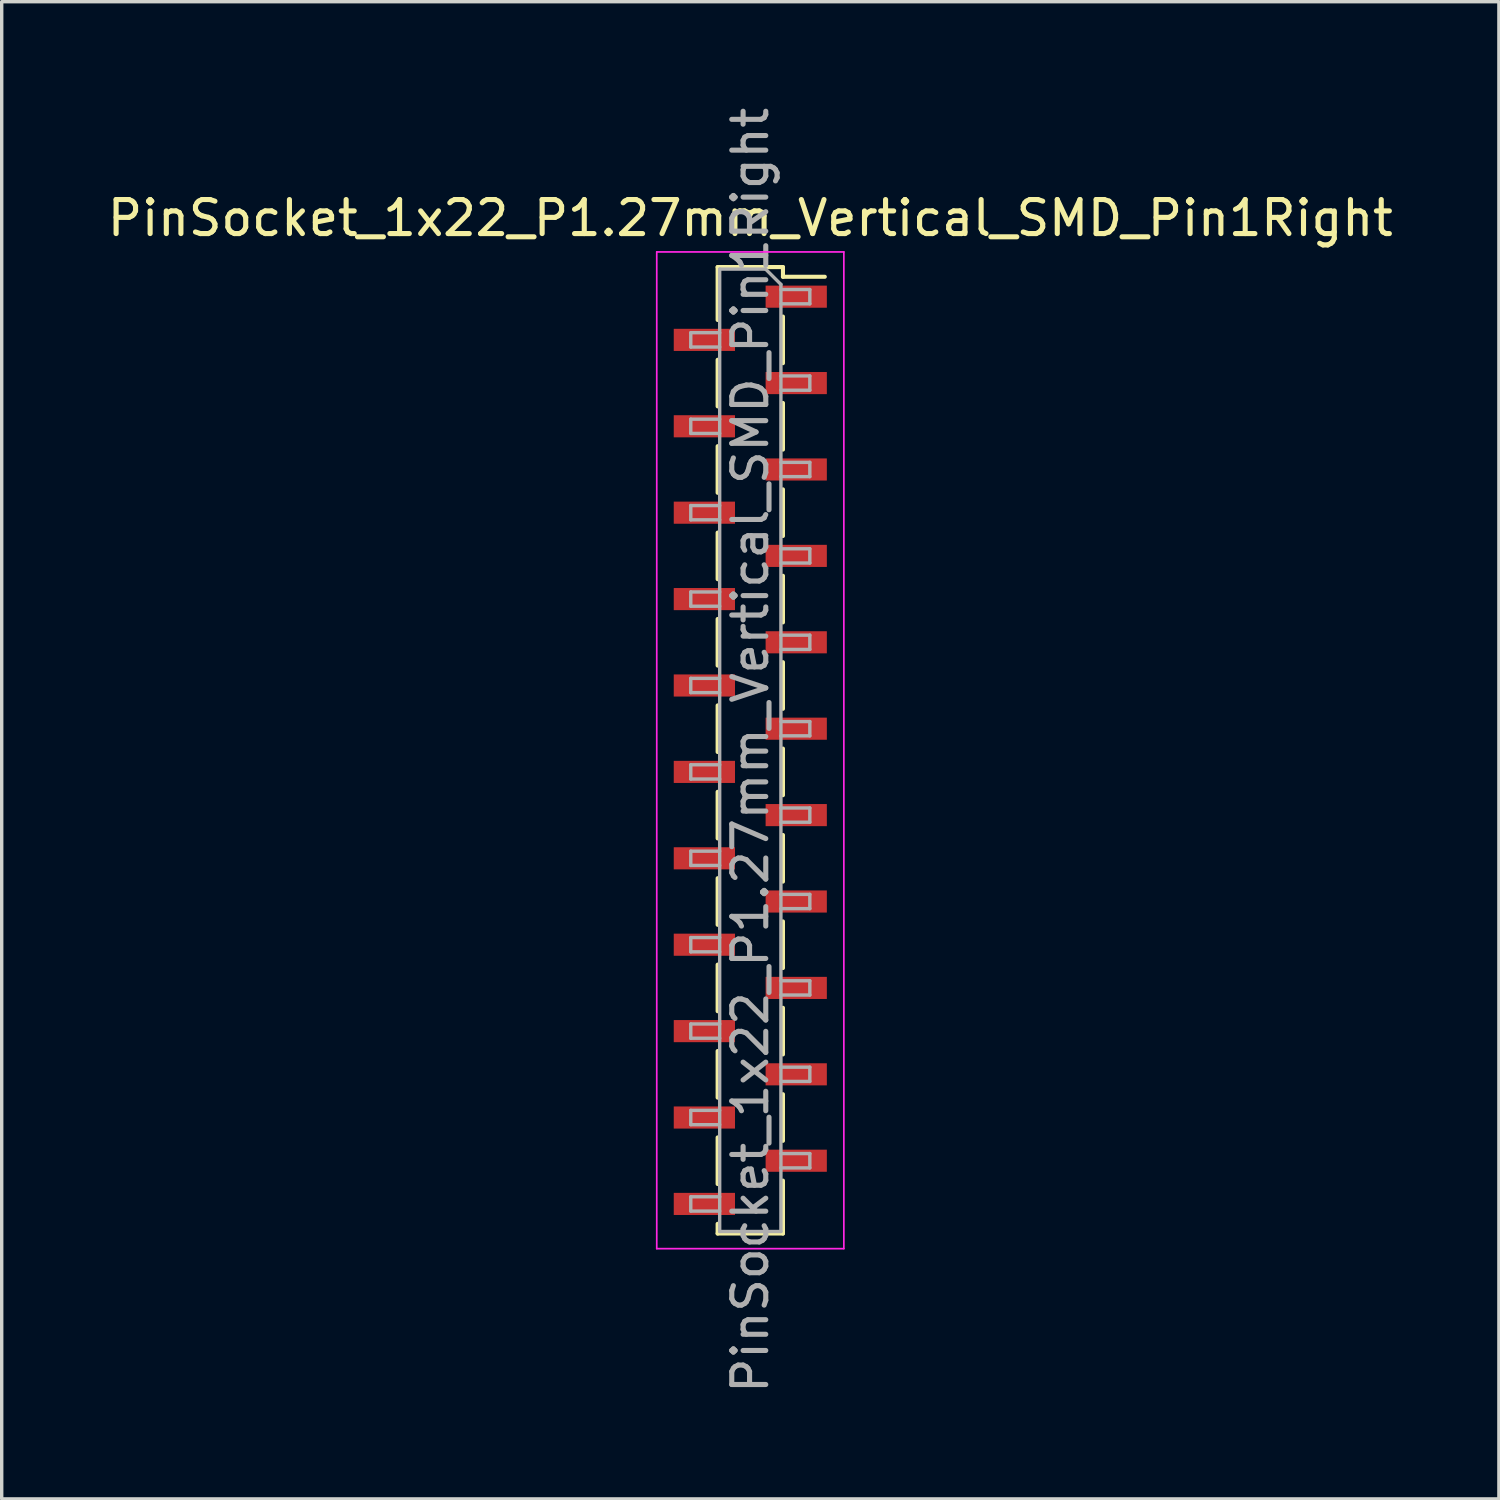
<source format=kicad_pcb>
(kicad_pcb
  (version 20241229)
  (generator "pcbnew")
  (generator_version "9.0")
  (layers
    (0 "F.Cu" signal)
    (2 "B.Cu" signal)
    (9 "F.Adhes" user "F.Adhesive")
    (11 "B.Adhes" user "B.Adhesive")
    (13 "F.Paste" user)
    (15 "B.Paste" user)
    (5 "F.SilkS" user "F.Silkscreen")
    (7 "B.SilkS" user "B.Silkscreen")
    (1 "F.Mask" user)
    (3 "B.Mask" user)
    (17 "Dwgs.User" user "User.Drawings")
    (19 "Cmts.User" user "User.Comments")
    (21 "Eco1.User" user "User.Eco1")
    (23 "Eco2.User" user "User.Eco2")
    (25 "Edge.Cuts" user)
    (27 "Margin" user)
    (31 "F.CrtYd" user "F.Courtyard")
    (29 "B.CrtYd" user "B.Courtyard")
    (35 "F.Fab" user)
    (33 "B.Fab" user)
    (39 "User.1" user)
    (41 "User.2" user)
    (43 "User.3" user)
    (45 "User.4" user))
  (footprint "PinSocket_1x22_P1.27mm_Vertical_SMD_Pin1Right"
    (layer "F.Cu")
    (at 19.006 19.006)
    (property "Reference" "PinSocket_1x22_P1.27mm_Vertical_SMD_Pin1Right" (at 0 -15.645 0) (layer "F.SilkS") (effects (font (size 1 1) (thickness 0.15))))
    (attr smd)
    (fp_line (start -0.96 -14.205) (end -0.96 -12.65) (stroke (width 0.12) (type solid)) (layer "F.SilkS"))
    (fp_line (start -0.96 -14.205) (end 0.96 -14.205) (stroke (width 0.12) (type solid)) (layer "F.SilkS"))
    (fp_line (start -0.96 -11.48) (end -0.96 -10.11) (stroke (width 0.12) (type solid)) (layer "F.SilkS"))
    (fp_line (start -0.96 -8.94) (end -0.96 -7.57) (stroke (width 0.12) (type solid)) (layer "F.SilkS"))
    (fp_line (start -0.96 -6.4) (end -0.96 -5.03) (stroke (width 0.12) (type solid)) (layer "F.SilkS"))
    (fp_line (start -0.96 -3.86) (end -0.96 -2.49) (stroke (width 0.12) (type solid)) (layer "F.SilkS"))
    (fp_line (start -0.96 -1.32) (end -0.96 0.05) (stroke (width 0.12) (type solid)) (layer "F.SilkS"))
    (fp_line (start -0.96 1.22) (end -0.96 2.59) (stroke (width 0.12) (type solid)) (layer "F.SilkS"))
    (fp_line (start -0.96 3.76) (end -0.96 5.13) (stroke (width 0.12) (type solid)) (layer "F.SilkS"))
    (fp_line (start -0.96 6.3) (end -0.96 7.67) (stroke (width 0.12) (type solid)) (layer "F.SilkS"))
    (fp_line (start -0.96 8.84) (end -0.96 10.21) (stroke (width 0.12) (type solid)) (layer "F.SilkS"))
    (fp_line (start -0.96 11.38) (end -0.96 12.75) (stroke (width 0.12) (type solid)) (layer "F.SilkS"))
    (fp_line (start -0.96 13.92) (end -0.96 14.205) (stroke (width 0.12) (type solid)) (layer "F.SilkS"))
    (fp_line (start -0.96 14.205) (end 0.96 14.205) (stroke (width 0.12) (type solid)) (layer "F.SilkS"))
    (fp_line (start 0.96 -14.205) (end 0.96 -13.92) (stroke (width 0.12) (type solid)) (layer "F.SilkS"))
    (fp_line (start 0.96 -13.92) (end 2.19 -13.92) (stroke (width 0.12) (type solid)) (layer "F.SilkS"))
    (fp_line (start 0.96 -12.75) (end 0.96 -11.38) (stroke (width 0.12) (type solid)) (layer "F.SilkS"))
    (fp_line (start 0.96 -10.21) (end 0.96 -8.84) (stroke (width 0.12) (type solid)) (layer "F.SilkS"))
    (fp_line (start 0.96 -7.67) (end 0.96 -6.3) (stroke (width 0.12) (type solid)) (layer "F.SilkS"))
    (fp_line (start 0.96 -5.13) (end 0.96 -3.76) (stroke (width 0.12) (type solid)) (layer "F.SilkS"))
    (fp_line (start 0.96 -2.59) (end 0.96 -1.22) (stroke (width 0.12) (type solid)) (layer "F.SilkS"))
    (fp_line (start 0.96 -0.05) (end 0.96 1.32) (stroke (width 0.12) (type solid)) (layer "F.SilkS"))
    (fp_line (start 0.96 2.49) (end 0.96 3.86) (stroke (width 0.12) (type solid)) (layer "F.SilkS"))
    (fp_line (start 0.96 5.03) (end 0.96 6.4) (stroke (width 0.12) (type solid)) (layer "F.SilkS"))
    (fp_line (start 0.96 7.57) (end 0.96 8.94) (stroke (width 0.12) (type solid)) (layer "F.SilkS"))
    (fp_line (start 0.96 10.11) (end 0.96 11.48) (stroke (width 0.12) (type solid)) (layer "F.SilkS"))
    (fp_line (start 0.96 12.65) (end 0.96 14.205) (stroke (width 0.12) (type solid)) (layer "F.SilkS"))
    (fp_line (start -2.75 -14.65) (end 2.75 -14.65) (stroke (width 0.05) (type solid)) (layer "F.CrtYd"))
    (fp_line (start -2.75 14.65) (end -2.75 -14.65) (stroke (width 0.05) (type solid)) (layer "F.CrtYd"))
    (fp_line (start 2.75 -14.65) (end 2.75 14.65) (stroke (width 0.05) (type solid)) (layer "F.CrtYd"))
    (fp_line (start 2.75 14.65) (end -2.75 14.65) (stroke (width 0.05) (type solid)) (layer "F.CrtYd"))
    (fp_line (start -1.75 -12.275) (end -0.9 -12.275) (stroke (width 0.1) (type solid)) (layer "F.Fab"))
    (fp_line (start -1.75 -11.855) (end -1.75 -12.275) (stroke (width 0.1) (type solid)) (layer "F.Fab"))
    (fp_line (start -1.75 -9.735) (end -0.9 -9.735) (stroke (width 0.1) (type solid)) (layer "F.Fab"))
    (fp_line (start -1.75 -9.315) (end -1.75 -9.735) (stroke (width 0.1) (type solid)) (layer "F.Fab"))
    (fp_line (start -1.75 -7.195) (end -0.9 -7.195) (stroke (width 0.1) (type solid)) (layer "F.Fab"))
    (fp_line (start -1.75 -6.775) (end -1.75 -7.195) (stroke (width 0.1) (type solid)) (layer "F.Fab"))
    (fp_line (start -1.75 -4.655) (end -0.9 -4.655) (stroke (width 0.1) (type solid)) (layer "F.Fab"))
    (fp_line (start -1.75 -4.235) (end -1.75 -4.655) (stroke (width 0.1) (type solid)) (layer "F.Fab"))
    (fp_line (start -1.75 -2.115) (end -0.9 -2.115) (stroke (width 0.1) (type solid)) (layer "F.Fab"))
    (fp_line (start -1.75 -1.695) (end -1.75 -2.115) (stroke (width 0.1) (type solid)) (layer "F.Fab"))
    (fp_line (start -1.75 0.425) (end -0.9 0.425) (stroke (width 0.1) (type solid)) (layer "F.Fab"))
    (fp_line (start -1.75 0.845) (end -1.75 0.425) (stroke (width 0.1) (type solid)) (layer "F.Fab"))
    (fp_line (start -1.75 2.965) (end -0.9 2.965) (stroke (width 0.1) (type solid)) (layer "F.Fab"))
    (fp_line (start -1.75 3.385) (end -1.75 2.965) (stroke (width 0.1) (type solid)) (layer "F.Fab"))
    (fp_line (start -1.75 5.505) (end -0.9 5.505) (stroke (width 0.1) (type solid)) (layer "F.Fab"))
    (fp_line (start -1.75 5.925) (end -1.75 5.505) (stroke (width 0.1) (type solid)) (layer "F.Fab"))
    (fp_line (start -1.75 8.045) (end -0.9 8.045) (stroke (width 0.1) (type solid)) (layer "F.Fab"))
    (fp_line (start -1.75 8.465) (end -1.75 8.045) (stroke (width 0.1) (type solid)) (layer "F.Fab"))
    (fp_line (start -1.75 10.585) (end -0.9 10.585) (stroke (width 0.1) (type solid)) (layer "F.Fab"))
    (fp_line (start -1.75 11.005) (end -1.75 10.585) (stroke (width 0.1) (type solid)) (layer "F.Fab"))
    (fp_line (start -1.75 13.125) (end -0.9 13.125) (stroke (width 0.1) (type solid)) (layer "F.Fab"))
    (fp_line (start -1.75 13.545) (end -1.75 13.125) (stroke (width 0.1) (type solid)) (layer "F.Fab"))
    (fp_line (start -0.9 -14.145) (end 0.45 -14.145) (stroke (width 0.1) (type solid)) (layer "F.Fab"))
    (fp_line (start -0.9 -11.855) (end -1.75 -11.855) (stroke (width 0.1) (type solid)) (layer "F.Fab"))
    (fp_line (start -0.9 -9.315) (end -1.75 -9.315) (stroke (width 0.1) (type solid)) (layer "F.Fab"))
    (fp_line (start -0.9 -6.775) (end -1.75 -6.775) (stroke (width 0.1) (type solid)) (layer "F.Fab"))
    (fp_line (start -0.9 -4.235) (end -1.75 -4.235) (stroke (width 0.1) (type solid)) (layer "F.Fab"))
    (fp_line (start -0.9 -1.695) (end -1.75 -1.695) (stroke (width 0.1) (type solid)) (layer "F.Fab"))
    (fp_line (start -0.9 0.845) (end -1.75 0.845) (stroke (width 0.1) (type solid)) (layer "F.Fab"))
    (fp_line (start -0.9 3.385) (end -1.75 3.385) (stroke (width 0.1) (type solid)) (layer "F.Fab"))
    (fp_line (start -0.9 5.925) (end -1.75 5.925) (stroke (width 0.1) (type solid)) (layer "F.Fab"))
    (fp_line (start -0.9 8.465) (end -1.75 8.465) (stroke (width 0.1) (type solid)) (layer "F.Fab"))
    (fp_line (start -0.9 11.005) (end -1.75 11.005) (stroke (width 0.1) (type solid)) (layer "F.Fab"))
    (fp_line (start -0.9 13.545) (end -1.75 13.545) (stroke (width 0.1) (type solid)) (layer "F.Fab"))
    (fp_line (start -0.9 14.145) (end -0.9 -14.145) (stroke (width 0.1) (type solid)) (layer "F.Fab"))
    (fp_line (start 0.45 -14.145) (end 0.9 -13.695) (stroke (width 0.1) (type solid)) (layer "F.Fab"))
    (fp_line (start 0.9 -13.695) (end 0.9 14.145) (stroke (width 0.1) (type solid)) (layer "F.Fab"))
    (fp_line (start 0.9 -13.545) (end 1.75 -13.545) (stroke (width 0.1) (type solid)) (layer "F.Fab"))
    (fp_line (start 0.9 -11.005) (end 1.75 -11.005) (stroke (width 0.1) (type solid)) (layer "F.Fab"))
    (fp_line (start 0.9 -8.465) (end 1.75 -8.465) (stroke (width 0.1) (type solid)) (layer "F.Fab"))
    (fp_line (start 0.9 -5.925) (end 1.75 -5.925) (stroke (width 0.1) (type solid)) (layer "F.Fab"))
    (fp_line (start 0.9 -3.385) (end 1.75 -3.385) (stroke (width 0.1) (type solid)) (layer "F.Fab"))
    (fp_line (start 0.9 -0.845) (end 1.75 -0.845) (stroke (width 0.1) (type solid)) (layer "F.Fab"))
    (fp_line (start 0.9 1.695) (end 1.75 1.695) (stroke (width 0.1) (type solid)) (layer "F.Fab"))
    (fp_line (start 0.9 4.235) (end 1.75 4.235) (stroke (width 0.1) (type solid)) (layer "F.Fab"))
    (fp_line (start 0.9 6.775) (end 1.75 6.775) (stroke (width 0.1) (type solid)) (layer "F.Fab"))
    (fp_line (start 0.9 9.315) (end 1.75 9.315) (stroke (width 0.1) (type solid)) (layer "F.Fab"))
    (fp_line (start 0.9 11.855) (end 1.75 11.855) (stroke (width 0.1) (type solid)) (layer "F.Fab"))
    (fp_line (start 0.9 14.145) (end -0.9 14.145) (stroke (width 0.1) (type solid)) (layer "F.Fab"))
    (fp_line (start 1.75 -13.545) (end 1.75 -13.125) (stroke (width 0.1) (type solid)) (layer "F.Fab"))
    (fp_line (start 1.75 -13.125) (end 0.9 -13.125) (stroke (width 0.1) (type solid)) (layer "F.Fab"))
    (fp_line (start 1.75 -11.005) (end 1.75 -10.585) (stroke (width 0.1) (type solid)) (layer "F.Fab"))
    (fp_line (start 1.75 -10.585) (end 0.9 -10.585) (stroke (width 0.1) (type solid)) (layer "F.Fab"))
    (fp_line (start 1.75 -8.465) (end 1.75 -8.045) (stroke (width 0.1) (type solid)) (layer "F.Fab"))
    (fp_line (start 1.75 -8.045) (end 0.9 -8.045) (stroke (width 0.1) (type solid)) (layer "F.Fab"))
    (fp_line (start 1.75 -5.925) (end 1.75 -5.505) (stroke (width 0.1) (type solid)) (layer "F.Fab"))
    (fp_line (start 1.75 -5.505) (end 0.9 -5.505) (stroke (width 0.1) (type solid)) (layer "F.Fab"))
    (fp_line (start 1.75 -3.385) (end 1.75 -2.965) (stroke (width 0.1) (type solid)) (layer "F.Fab"))
    (fp_line (start 1.75 -2.965) (end 0.9 -2.965) (stroke (width 0.1) (type solid)) (layer "F.Fab"))
    (fp_line (start 1.75 -0.845) (end 1.75 -0.425) (stroke (width 0.1) (type solid)) (layer "F.Fab"))
    (fp_line (start 1.75 -0.425) (end 0.9 -0.425) (stroke (width 0.1) (type solid)) (layer "F.Fab"))
    (fp_line (start 1.75 1.695) (end 1.75 2.115) (stroke (width 0.1) (type solid)) (layer "F.Fab"))
    (fp_line (start 1.75 2.115) (end 0.9 2.115) (stroke (width 0.1) (type solid)) (layer "F.Fab"))
    (fp_line (start 1.75 4.235) (end 1.75 4.655) (stroke (width 0.1) (type solid)) (layer "F.Fab"))
    (fp_line (start 1.75 4.655) (end 0.9 4.655) (stroke (width 0.1) (type solid)) (layer "F.Fab"))
    (fp_line (start 1.75 6.775) (end 1.75 7.195) (stroke (width 0.1) (type solid)) (layer "F.Fab"))
    (fp_line (start 1.75 7.195) (end 0.9 7.195) (stroke (width 0.1) (type solid)) (layer "F.Fab"))
    (fp_line (start 1.75 9.315) (end 1.75 9.735) (stroke (width 0.1) (type solid)) (layer "F.Fab"))
    (fp_line (start 1.75 9.735) (end 0.9 9.735) (stroke (width 0.1) (type solid)) (layer "F.Fab"))
    (fp_line (start 1.75 11.855) (end 1.75 12.275) (stroke (width 0.1) (type solid)) (layer "F.Fab"))
    (fp_line (start 1.75 12.275) (end 0.9 12.275) (stroke (width 0.1) (type solid)) (layer "F.Fab"))
    (fp_text user "${REFERENCE}" (at 0 0 90) (layer "F.Fab") (effects (font (size 1 1) (thickness 0.15))))
    (pad "1" smd rect (at 1.35 -13.335) (size 1.8 0.65) (layers "F.Cu" "F.Mask" "F.Paste"))
    (pad "2" smd rect (at -1.35 -12.065) (size 1.8 0.65) (layers "F.Cu" "F.Mask" "F.Paste"))
    (pad "3" smd rect (at 1.35 -10.795) (size 1.8 0.65) (layers "F.Cu" "F.Mask" "F.Paste"))
    (pad "4" smd rect (at -1.35 -9.525) (size 1.8 0.65) (layers "F.Cu" "F.Mask" "F.Paste"))
    (pad "5" smd rect (at 1.35 -8.255) (size 1.8 0.65) (layers "F.Cu" "F.Mask" "F.Paste"))
    (pad "6" smd rect (at -1.35 -6.985) (size 1.8 0.65) (layers "F.Cu" "F.Mask" "F.Paste"))
    (pad "7" smd rect (at 1.35 -5.715) (size 1.8 0.65) (layers "F.Cu" "F.Mask" "F.Paste"))
    (pad "8" smd rect (at -1.35 -4.445) (size 1.8 0.65) (layers "F.Cu" "F.Mask" "F.Paste"))
    (pad "9" smd rect (at 1.35 -3.175) (size 1.8 0.65) (layers "F.Cu" "F.Mask" "F.Paste"))
    (pad "10" smd rect (at -1.35 -1.905) (size 1.8 0.65) (layers "F.Cu" "F.Mask" "F.Paste"))
    (pad "11" smd rect (at 1.35 -0.635) (size 1.8 0.65) (layers "F.Cu" "F.Mask" "F.Paste"))
    (pad "12" smd rect (at -1.35 0.635) (size 1.8 0.65) (layers "F.Cu" "F.Mask" "F.Paste"))
    (pad "13" smd rect (at 1.35 1.905) (size 1.8 0.65) (layers "F.Cu" "F.Mask" "F.Paste"))
    (pad "14" smd rect (at -1.35 3.175) (size 1.8 0.65) (layers "F.Cu" "F.Mask" "F.Paste"))
    (pad "15" smd rect (at 1.35 4.445) (size 1.8 0.65) (layers "F.Cu" "F.Mask" "F.Paste"))
    (pad "16" smd rect (at -1.35 5.715) (size 1.8 0.65) (layers "F.Cu" "F.Mask" "F.Paste"))
    (pad "17" smd rect (at 1.35 6.985) (size 1.8 0.65) (layers "F.Cu" "F.Mask" "F.Paste"))
    (pad "18" smd rect (at -1.35 8.255) (size 1.8 0.65) (layers "F.Cu" "F.Mask" "F.Paste"))
    (pad "19" smd rect (at 1.35 9.525) (size 1.8 0.65) (layers "F.Cu" "F.Mask" "F.Paste"))
    (pad "20" smd rect (at -1.35 10.795) (size 1.8 0.65) (layers "F.Cu" "F.Mask" "F.Paste"))
    (pad "21" smd rect (at 1.35 12.065) (size 1.8 0.65) (layers "F.Cu" "F.Mask" "F.Paste"))
    (pad "22" smd rect (at -1.35 13.335) (size 1.8 0.65) (layers "F.Cu" "F.Mask" "F.Paste")))
  (gr_rect
    (start -3 -3)
    (end 41.012 41.012)
    (stroke (width 0.1) (type default))
    (fill no)
    (layer "Edge.Cuts")))
</source>
